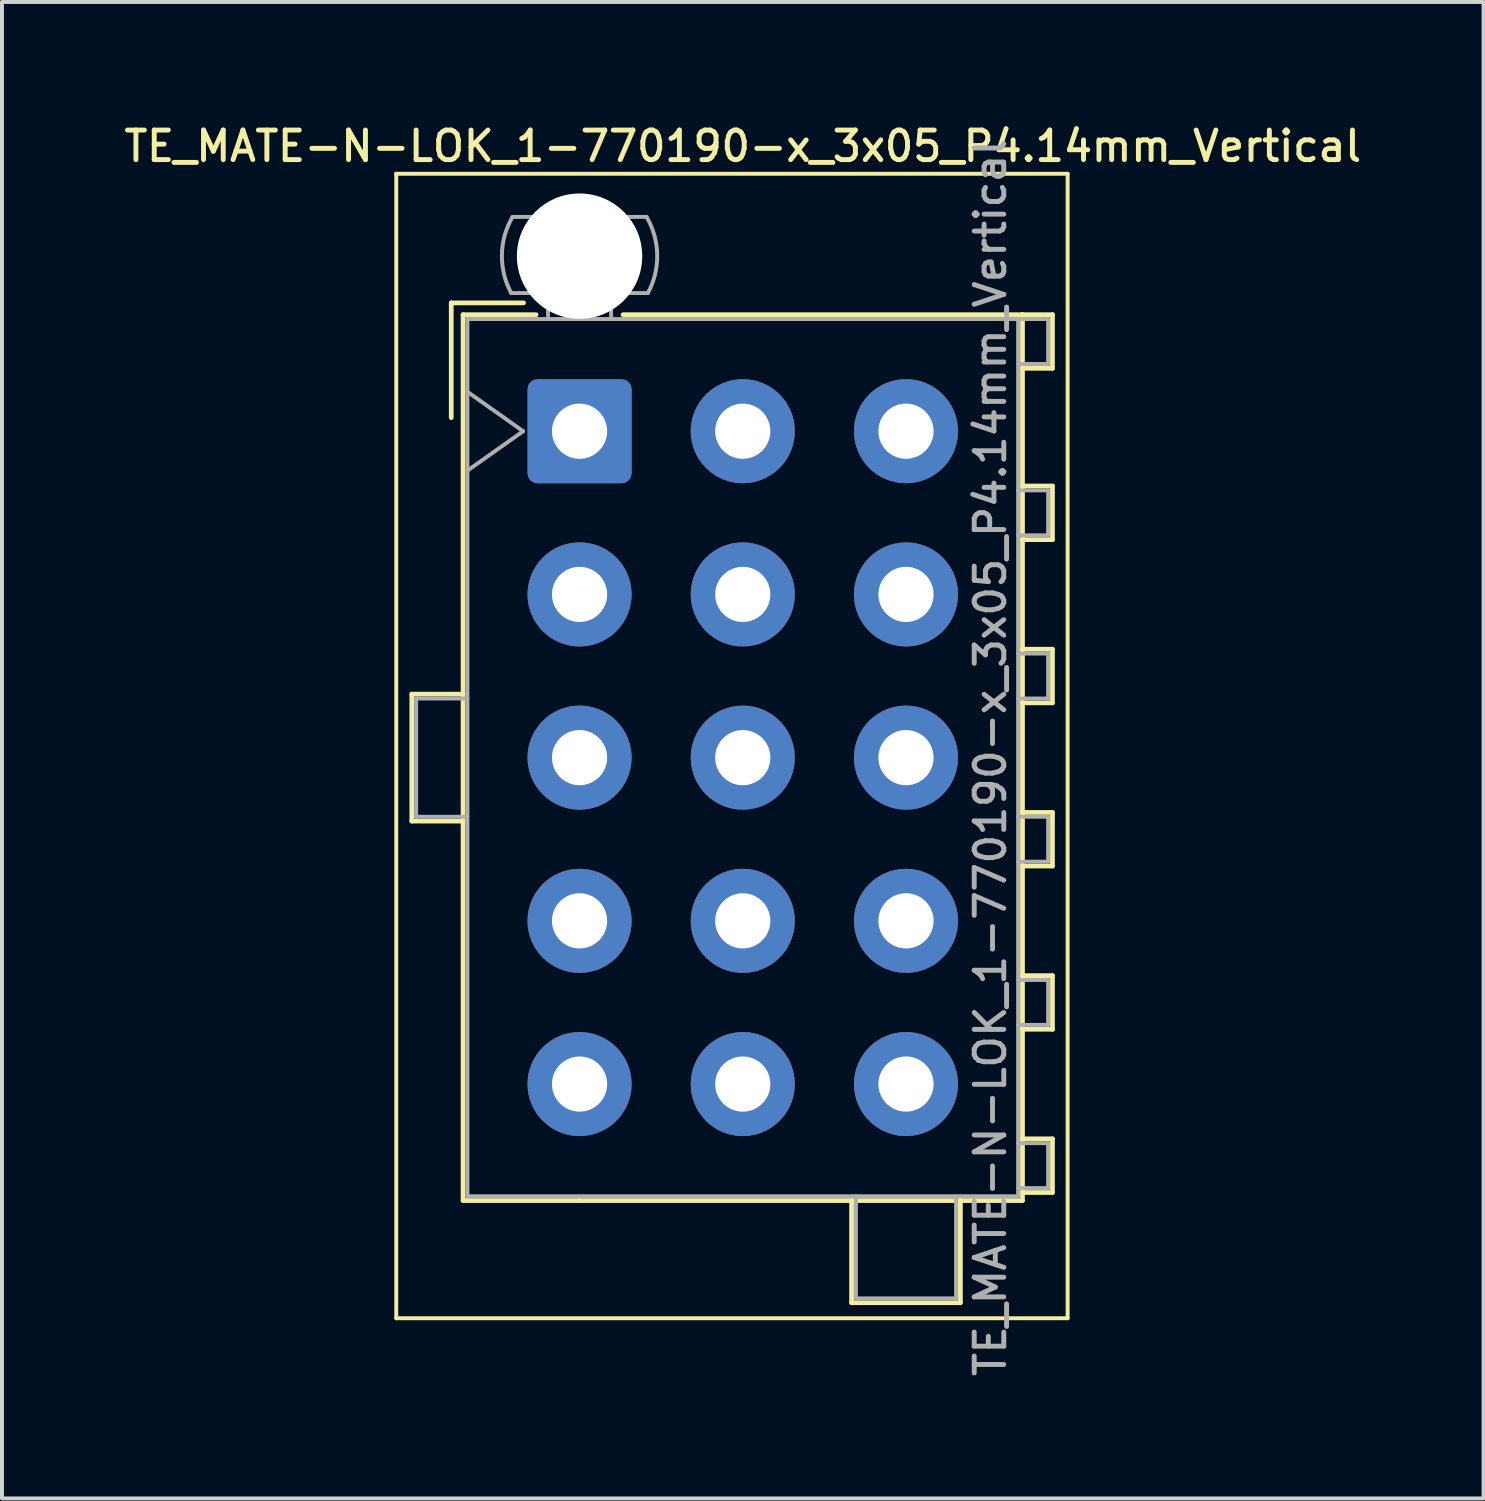
<source format=kicad_pcb>
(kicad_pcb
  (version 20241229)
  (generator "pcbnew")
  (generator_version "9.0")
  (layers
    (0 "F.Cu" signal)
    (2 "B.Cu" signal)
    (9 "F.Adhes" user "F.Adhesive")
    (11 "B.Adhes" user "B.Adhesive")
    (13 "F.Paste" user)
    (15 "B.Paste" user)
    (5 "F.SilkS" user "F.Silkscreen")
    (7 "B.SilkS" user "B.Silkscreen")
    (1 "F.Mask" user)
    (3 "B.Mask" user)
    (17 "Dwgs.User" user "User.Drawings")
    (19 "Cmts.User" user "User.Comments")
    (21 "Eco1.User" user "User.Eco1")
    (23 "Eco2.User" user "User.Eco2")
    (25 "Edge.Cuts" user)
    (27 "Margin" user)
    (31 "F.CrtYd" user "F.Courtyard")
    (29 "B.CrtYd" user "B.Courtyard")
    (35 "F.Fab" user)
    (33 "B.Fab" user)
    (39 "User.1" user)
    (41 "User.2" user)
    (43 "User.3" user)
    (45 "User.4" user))
  (footprint "TE_MATE-N-LOK_1-770190-x_3x05_P4.14mm_Vertical"
    (layer "F.Cu")
    (at 11.651 7.888)
    (property "Reference" "TE_MATE-N-LOK_1-770190-x_3x05_P4.14mm_Vertical" (at 4.14 -7.23 0) (layer "F.SilkS") (effects (font (size 0.75 0.75) (thickness 0.125))))
    (attr through_hole)
    (fp_line (start -4.65 -6.53) (end -4.65 22.5) (stroke (width 0.1) (type solid)) (layer "F.SilkS"))
    (fp_line (start -4.65 22.5) (end 12.38 22.5) (stroke (width 0.1) (type solid)) (layer "F.SilkS"))
    (fp_line (start -4.255 6.67) (end -4.255 9.89) (stroke (width 0.12) (type solid)) (layer "F.SilkS"))
    (fp_line (start -4.255 9.89) (end -2.955 9.89) (stroke (width 0.12) (type solid)) (layer "F.SilkS"))
    (fp_line (start -3.255 -3.255) (end -3.255 -0.345) (stroke (width 0.12) (type solid)) (layer "F.SilkS"))
    (fp_line (start -2.955 -2.955) (end -2.955 19.515) (stroke (width 0.12) (type solid)) (layer "F.SilkS"))
    (fp_line (start -2.955 6.67) (end -4.255 6.67) (stroke (width 0.12) (type solid)) (layer "F.SilkS"))
    (fp_line (start -2.955 19.515) (end 0 19.515) (stroke (width 0.12) (type solid)) (layer "F.SilkS"))
    (fp_line (start -1.421 -3.255) (end -3.255 -3.255) (stroke (width 0.12) (type solid)) (layer "F.SilkS"))
    (fp_line (start -1.103 -2.955) (end -2.955 -2.955) (stroke (width 0.12) (type solid)) (layer "F.SilkS"))
    (fp_line (start 1.103 -2.955) (end 11.235 -2.955) (stroke (width 0.12) (type solid)) (layer "F.SilkS"))
    (fp_line (start 6.9 19.515) (end 6.9 22.106) (stroke (width 0.12) (type solid)) (layer "F.SilkS"))
    (fp_line (start 6.9 22.106) (end 9.66 22.106) (stroke (width 0.12) (type solid)) (layer "F.SilkS"))
    (fp_line (start 9.66 22.106) (end 9.66 19.515) (stroke (width 0.12) (type solid)) (layer "F.SilkS"))
    (fp_line (start 11.235 -2.955) (end 11.235 19.515) (stroke (width 0.12) (type solid)) (layer "F.SilkS"))
    (fp_line (start 11.235 -2.955) (end 11.995 -2.955) (stroke (width 0.12) (type solid)) (layer "F.SilkS"))
    (fp_line (start 11.235 1.39) (end 11.995 1.39) (stroke (width 0.12) (type solid)) (layer "F.SilkS"))
    (fp_line (start 11.235 5.53) (end 11.995 5.53) (stroke (width 0.12) (type solid)) (layer "F.SilkS"))
    (fp_line (start 11.235 9.67) (end 11.995 9.67) (stroke (width 0.12) (type solid)) (layer "F.SilkS"))
    (fp_line (start 11.235 13.81) (end 11.995 13.81) (stroke (width 0.12) (type solid)) (layer "F.SilkS"))
    (fp_line (start 11.235 17.95) (end 11.995 17.95) (stroke (width 0.12) (type solid)) (layer "F.SilkS"))
    (fp_line (start 11.235 19.515) (end 0 19.515) (stroke (width 0.12) (type solid)) (layer "F.SilkS"))
    (fp_line (start 11.995 -2.955) (end 11.995 -1.595) (stroke (width 0.12) (type solid)) (layer "F.SilkS"))
    (fp_line (start 11.995 -1.595) (end 11.235 -1.595) (stroke (width 0.12) (type solid)) (layer "F.SilkS"))
    (fp_line (start 11.995 1.39) (end 11.995 2.75) (stroke (width 0.12) (type solid)) (layer "F.SilkS"))
    (fp_line (start 11.995 2.75) (end 11.235 2.75) (stroke (width 0.12) (type solid)) (layer "F.SilkS"))
    (fp_line (start 11.995 5.53) (end 11.995 6.89) (stroke (width 0.12) (type solid)) (layer "F.SilkS"))
    (fp_line (start 11.995 6.89) (end 11.235 6.89) (stroke (width 0.12) (type solid)) (layer "F.SilkS"))
    (fp_line (start 11.995 9.67) (end 11.995 11.03) (stroke (width 0.12) (type solid)) (layer "F.SilkS"))
    (fp_line (start 11.995 11.03) (end 11.235 11.03) (stroke (width 0.12) (type solid)) (layer "F.SilkS"))
    (fp_line (start 11.995 13.81) (end 11.995 15.17) (stroke (width 0.12) (type solid)) (layer "F.SilkS"))
    (fp_line (start 11.995 15.17) (end 11.235 15.17) (stroke (width 0.12) (type solid)) (layer "F.SilkS"))
    (fp_line (start 11.995 17.95) (end 11.995 19.31) (stroke (width 0.12) (type solid)) (layer "F.SilkS"))
    (fp_line (start 11.995 19.31) (end 11.235 19.31) (stroke (width 0.12) (type solid)) (layer "F.SilkS"))
    (fp_line (start 12.38 -6.53) (end -4.65 -6.53) (stroke (width 0.1) (type solid)) (layer "F.SilkS"))
    (fp_line (start 12.38 22.5) (end 12.38 -6.53) (stroke (width 0.1) (type solid)) (layer "F.SilkS"))
    (fp_line (start -4.145 6.78) (end -4.145 9.78) (stroke (width 0.1) (type solid)) (layer "F.Fab"))
    (fp_line (start -4.145 9.78) (end -2.845 9.78) (stroke (width 0.1) (type solid)) (layer "F.Fab"))
    (fp_line (start -2.845 -2.845) (end -2.845 19.405) (stroke (width 0.1) (type solid)) (layer "F.Fab"))
    (fp_line (start -2.845 -1) (end -1.431 0) (stroke (width 0.1) (type solid)) (layer "F.Fab"))
    (fp_line (start -2.845 6.78) (end -4.145 6.78) (stroke (width 0.1) (type solid)) (layer "F.Fab"))
    (fp_line (start -2.845 19.405) (end 11.125 19.405) (stroke (width 0.1) (type solid)) (layer "F.Fab"))
    (fp_line (start -1.431 0) (end -2.845 1) (stroke (width 0.1) (type solid)) (layer "F.Fab"))
    (fp_line (start -0.8 -2.845) (end -0.8 -3.505) (stroke (width 0.1) (type solid)) (layer "F.Fab"))
    (fp_line (start 0.8 -2.845) (end 0.8 -3.505) (stroke (width 0.1) (type solid)) (layer "F.Fab"))
    (fp_line (start 1.7 -5.436) (end -1.7 -5.436) (stroke (width 0.1) (type solid)) (layer "F.Fab"))
    (fp_line (start 1.734 -3.505) (end -1.734 -3.505) (stroke (width 0.1) (type solid)) (layer "F.Fab"))
    (fp_line (start 7.01 19.405) (end 7.01 21.996) (stroke (width 0.1) (type solid)) (layer "F.Fab"))
    (fp_line (start 7.01 21.996) (end 9.55 21.996) (stroke (width 0.1) (type solid)) (layer "F.Fab"))
    (fp_line (start 9.55 21.996) (end 9.55 19.405) (stroke (width 0.1) (type solid)) (layer "F.Fab"))
    (fp_line (start 11.125 -2.845) (end -2.845 -2.845) (stroke (width 0.1) (type solid)) (layer "F.Fab"))
    (fp_line (start 11.125 -2.845) (end 11.885 -2.845) (stroke (width 0.1) (type solid)) (layer "F.Fab"))
    (fp_line (start 11.125 1.5) (end 11.885 1.5) (stroke (width 0.1) (type solid)) (layer "F.Fab"))
    (fp_line (start 11.125 5.64) (end 11.885 5.64) (stroke (width 0.1) (type solid)) (layer "F.Fab"))
    (fp_line (start 11.125 9.78) (end 11.885 9.78) (stroke (width 0.1) (type solid)) (layer "F.Fab"))
    (fp_line (start 11.125 13.92) (end 11.885 13.92) (stroke (width 0.1) (type solid)) (layer "F.Fab"))
    (fp_line (start 11.125 18.06) (end 11.885 18.06) (stroke (width 0.1) (type solid)) (layer "F.Fab"))
    (fp_line (start 11.125 19.405) (end 11.125 -2.845) (stroke (width 0.1) (type solid)) (layer "F.Fab"))
    (fp_line (start 11.885 -2.845) (end 11.885 -1.705) (stroke (width 0.1) (type solid)) (layer "F.Fab"))
    (fp_line (start 11.885 -1.705) (end 11.125 -1.705) (stroke (width 0.1) (type solid)) (layer "F.Fab"))
    (fp_line (start 11.885 1.5) (end 11.885 2.64) (stroke (width 0.1) (type solid)) (layer "F.Fab"))
    (fp_line (start 11.885 2.64) (end 11.125 2.64) (stroke (width 0.1) (type solid)) (layer "F.Fab"))
    (fp_line (start 11.885 5.64) (end 11.885 6.78) (stroke (width 0.1) (type solid)) (layer "F.Fab"))
    (fp_line (start 11.885 6.78) (end 11.125 6.78) (stroke (width 0.1) (type solid)) (layer "F.Fab"))
    (fp_line (start 11.885 9.78) (end 11.885 10.92) (stroke (width 0.1) (type solid)) (layer "F.Fab"))
    (fp_line (start 11.885 10.92) (end 11.125 10.92) (stroke (width 0.1) (type solid)) (layer "F.Fab"))
    (fp_line (start 11.885 13.92) (end 11.885 15.06) (stroke (width 0.1) (type solid)) (layer "F.Fab"))
    (fp_line (start 11.885 15.06) (end 11.125 15.06) (stroke (width 0.1) (type solid)) (layer "F.Fab"))
    (fp_line (start 11.885 18.06) (end 11.885 19.2) (stroke (width 0.1) (type solid)) (layer "F.Fab"))
    (fp_line (start 11.885 19.2) (end 11.125 19.2) (stroke (width 0.1) (type solid)) (layer "F.Fab"))
    (fp_arc (start -1.733977 -3.505) (mid -1.96969 -4.474992) (end -1.699672 -5.436) (stroke (width 0.1) (type solid)) (layer "F.Fab"))
    (fp_arc (start 1.699672 -5.436) (mid 1.969689 -4.474992) (end 1.733977 -3.505) (stroke (width 0.1) (type solid)) (layer "F.Fab"))
    (fp_text user "${REFERENCE}" (at 10.42 8.28 90) (layer "F.Fab") (effects (font (size 0.75 0.75) (thickness 0.125))))
    (pad "" np_thru_hole circle (at 0 -4.44) (size 3.18 3.18) (drill 3.18) (layers "*.Cu" "*.Mask"))
    (pad "1" thru_hole roundrect (at 0 0) (size 2.64 2.64) (drill 1.4) (layers "*.Cu" "*.Mask") (roundrect_rratio 0.095))
    (pad "2" thru_hole circle (at 0 4.14) (size 2.64 2.64) (drill 1.4) (layers "*.Cu" "*.Mask"))
    (pad "3" thru_hole circle (at 0 8.28) (size 2.64 2.64) (drill 1.4) (layers "*.Cu" "*.Mask"))
    (pad "4" thru_hole circle (at 0 12.42) (size 2.64 2.64) (drill 1.4) (layers "*.Cu" "*.Mask"))
    (pad "5" thru_hole circle (at 0 16.56) (size 2.64 2.64) (drill 1.4) (layers "*.Cu" "*.Mask"))
    (pad "6" thru_hole circle (at 4.14 0) (size 2.64 2.64) (drill 1.4) (layers "*.Cu" "*.Mask"))
    (pad "7" thru_hole circle (at 4.14 4.14) (size 2.64 2.64) (drill 1.4) (layers "*.Cu" "*.Mask"))
    (pad "8" thru_hole circle (at 4.14 8.28) (size 2.64 2.64) (drill 1.4) (layers "*.Cu" "*.Mask"))
    (pad "9" thru_hole circle (at 4.14 12.42) (size 2.64 2.64) (drill 1.4) (layers "*.Cu" "*.Mask"))
    (pad "10" thru_hole circle (at 4.14 16.56) (size 2.64 2.64) (drill 1.4) (layers "*.Cu" "*.Mask"))
    (pad "11" thru_hole circle (at 8.28 0) (size 2.64 2.64) (drill 1.4) (layers "*.Cu" "*.Mask"))
    (pad "12" thru_hole circle (at 8.28 4.14) (size 2.64 2.64) (drill 1.4) (layers "*.Cu" "*.Mask"))
    (pad "13" thru_hole circle (at 8.28 8.28) (size 2.64 2.64) (drill 1.4) (layers "*.Cu" "*.Mask"))
    (pad "14" thru_hole circle (at 8.28 12.42) (size 2.64 2.64) (drill 1.4) (layers "*.Cu" "*.Mask"))
    (pad "15" thru_hole circle (at 8.28 16.56) (size 2.64 2.64) (drill 1.4) (layers "*.Cu" "*.Mask")))
  (gr_rect
    (start -3 -3)
    (end 34.582 34.959)
    (stroke (width 0.1) (type default))
    (fill no)
    (layer "Edge.Cuts")))
</source>
